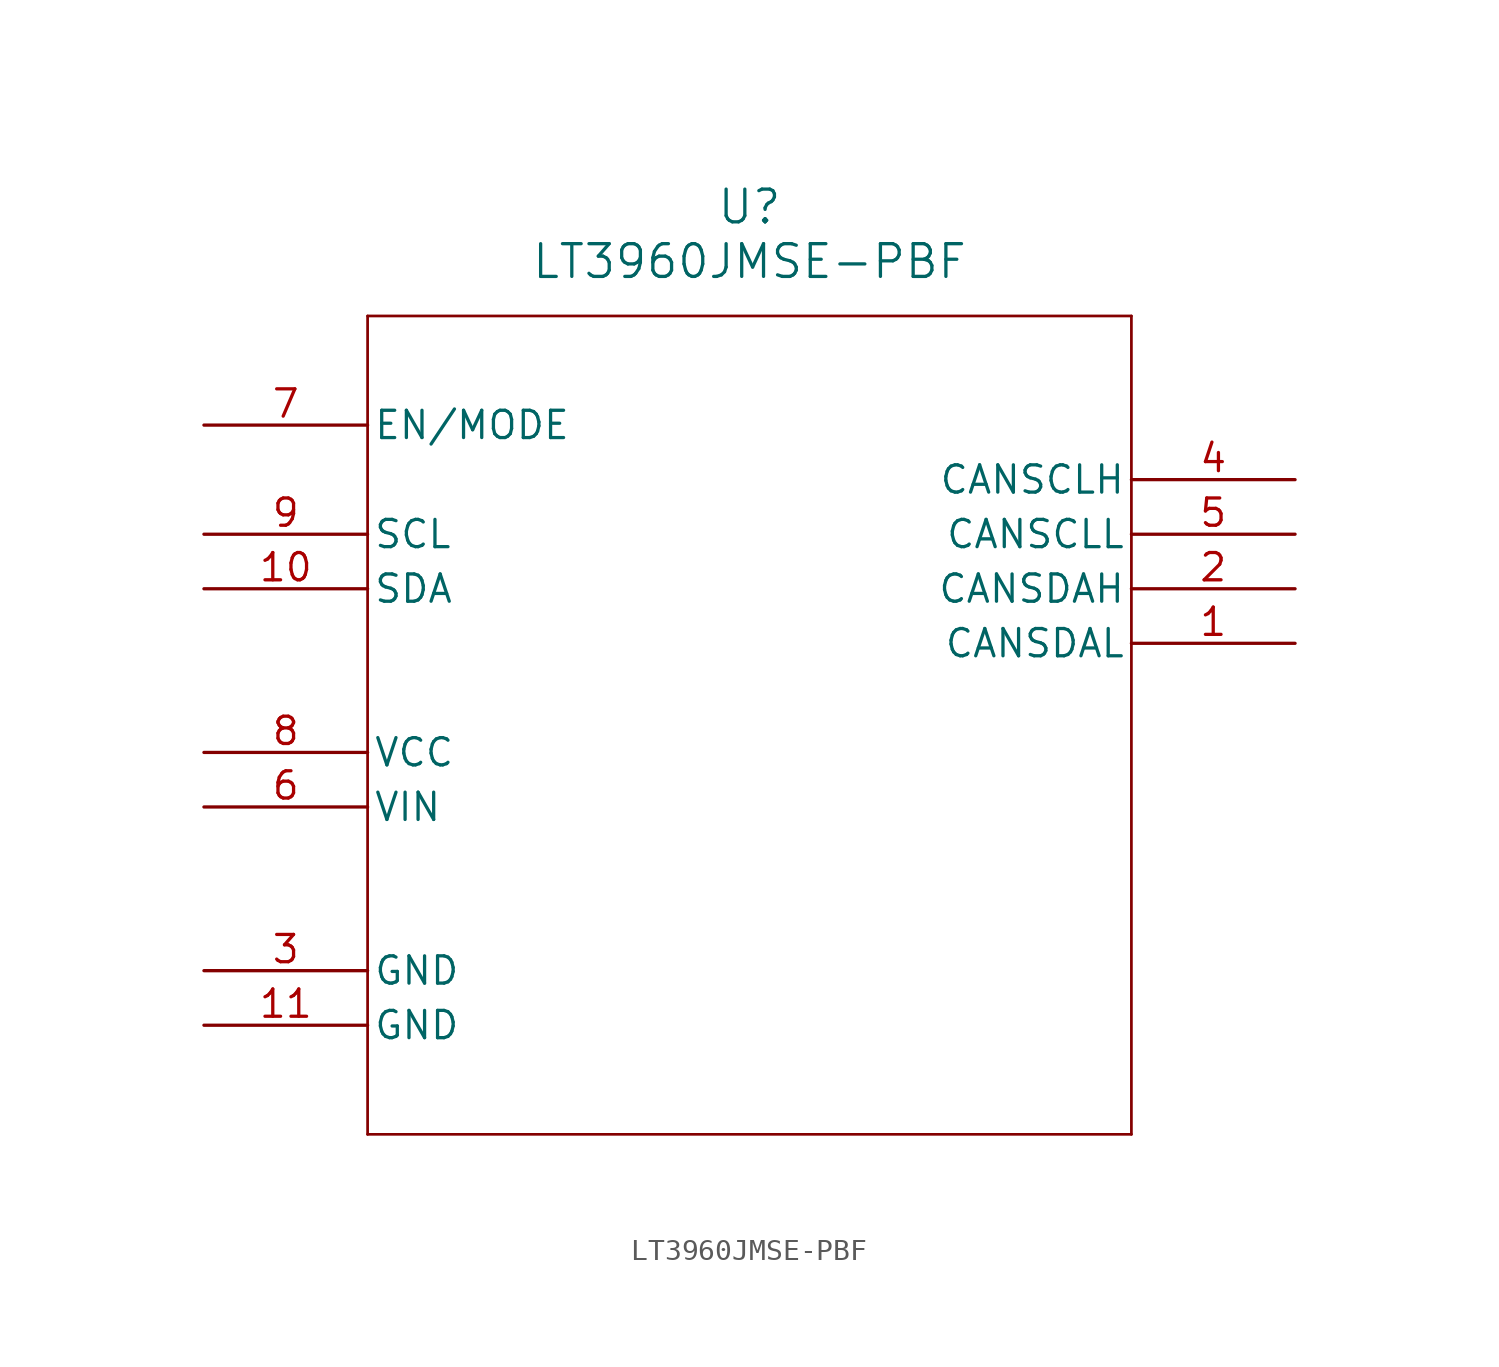
<source format=kicad_sym>
(kicad_symbol_lib
  (version 20211014)
  (generator kicad_symbol_editor)
  (symbol "LT3960JMSE-PBF"
    (pin_names
      (offset 0.254))
    (property "Reference" "U"
      (at 25.4 10.16 0)
      (effects (font (size 1.524 1.524))))
    (property "Value" "LT3960JMSE-PBF"
      (at 25.4 7.62 0)
      (effects (font (size 1.524 1.524))))
    (symbol "LT3960JMSE-PBF_0_1"
      (polyline (pts (xy 7.62 5.08) (xy 7.62 -33.02)) (stroke (width 0.127) (type default) (color 0 0 0 0)) (fill (type none)))
      (polyline (pts (xy 7.62 -33.02) (xy 43.18 -33.02)) (stroke (width 0.127) (type default) (color 0 0 0 0)) (fill (type none)))
      (polyline (pts (xy 43.18 -33.02) (xy 43.18 5.08)) (stroke (width 0.127) (type default) (color 0 0 0 0)) (fill (type none)))
      (polyline (pts (xy 43.18 5.08) (xy 7.62 5.08)) (stroke (width 0.127) (type default) (color 0 0 0 0)) (fill (type none)))
      (pin bidirectional line (at 50.8 -10.16 180) (length 7.62) (name "CANSDAL" (effects (font (size 1.27 1.27)))) (number "1" (effects (font (size 1.27 1.27)))))
      (pin bidirectional line (at 50.8 -7.62 180) (length 7.62) (name "CANSDAH" (effects (font (size 1.27 1.27)))) (number "2" (effects (font (size 1.27 1.27)))))
      (pin power_out line (at 0 -25.4 0) (length 7.62) (name "GND" (effects (font (size 1.27 1.27)))) (number "3" (effects (font (size 1.27 1.27)))))
      (pin bidirectional line (at 50.8 -2.54 180) (length 7.62) (name "CANSCLH" (effects (font (size 1.27 1.27)))) (number "4" (effects (font (size 1.27 1.27)))))
      (pin bidirectional line (at 50.8 -5.08 180) (length 7.62) (name "CANSCLL" (effects (font (size 1.27 1.27)))) (number "5" (effects (font (size 1.27 1.27)))))
      (pin power_in line (at 0 -17.78 0) (length 7.62) (name "VIN" (effects (font (size 1.27 1.27)))) (number "6" (effects (font (size 1.27 1.27)))))
      (pin input line (at 0 0 0) (length 7.62) (name "EN/MODE" (effects (font (size 1.27 1.27)))) (number "7" (effects (font (size 1.27 1.27)))))
      (pin power_in line (at 0 -15.24 0) (length 7.62) (name "VCC" (effects (font (size 1.27 1.27)))) (number "8" (effects (font (size 1.27 1.27)))))
      (pin bidirectional line (at 0 -5.08 0) (length 7.62) (name "SCL" (effects (font (size 1.27 1.27)))) (number "9" (effects (font (size 1.27 1.27)))))
      (pin bidirectional line (at 0 -7.62 0) (length 7.62) (name "SDA" (effects (font (size 1.27 1.27)))) (number "10" (effects (font (size 1.27 1.27)))))
      (pin power_out line (at 0 -27.94 0) (length 7.62) (name "GND" (effects (font (size 1.27 1.27)))) (number "11" (effects (font (size 1.27 1.27))))))))
</source>
